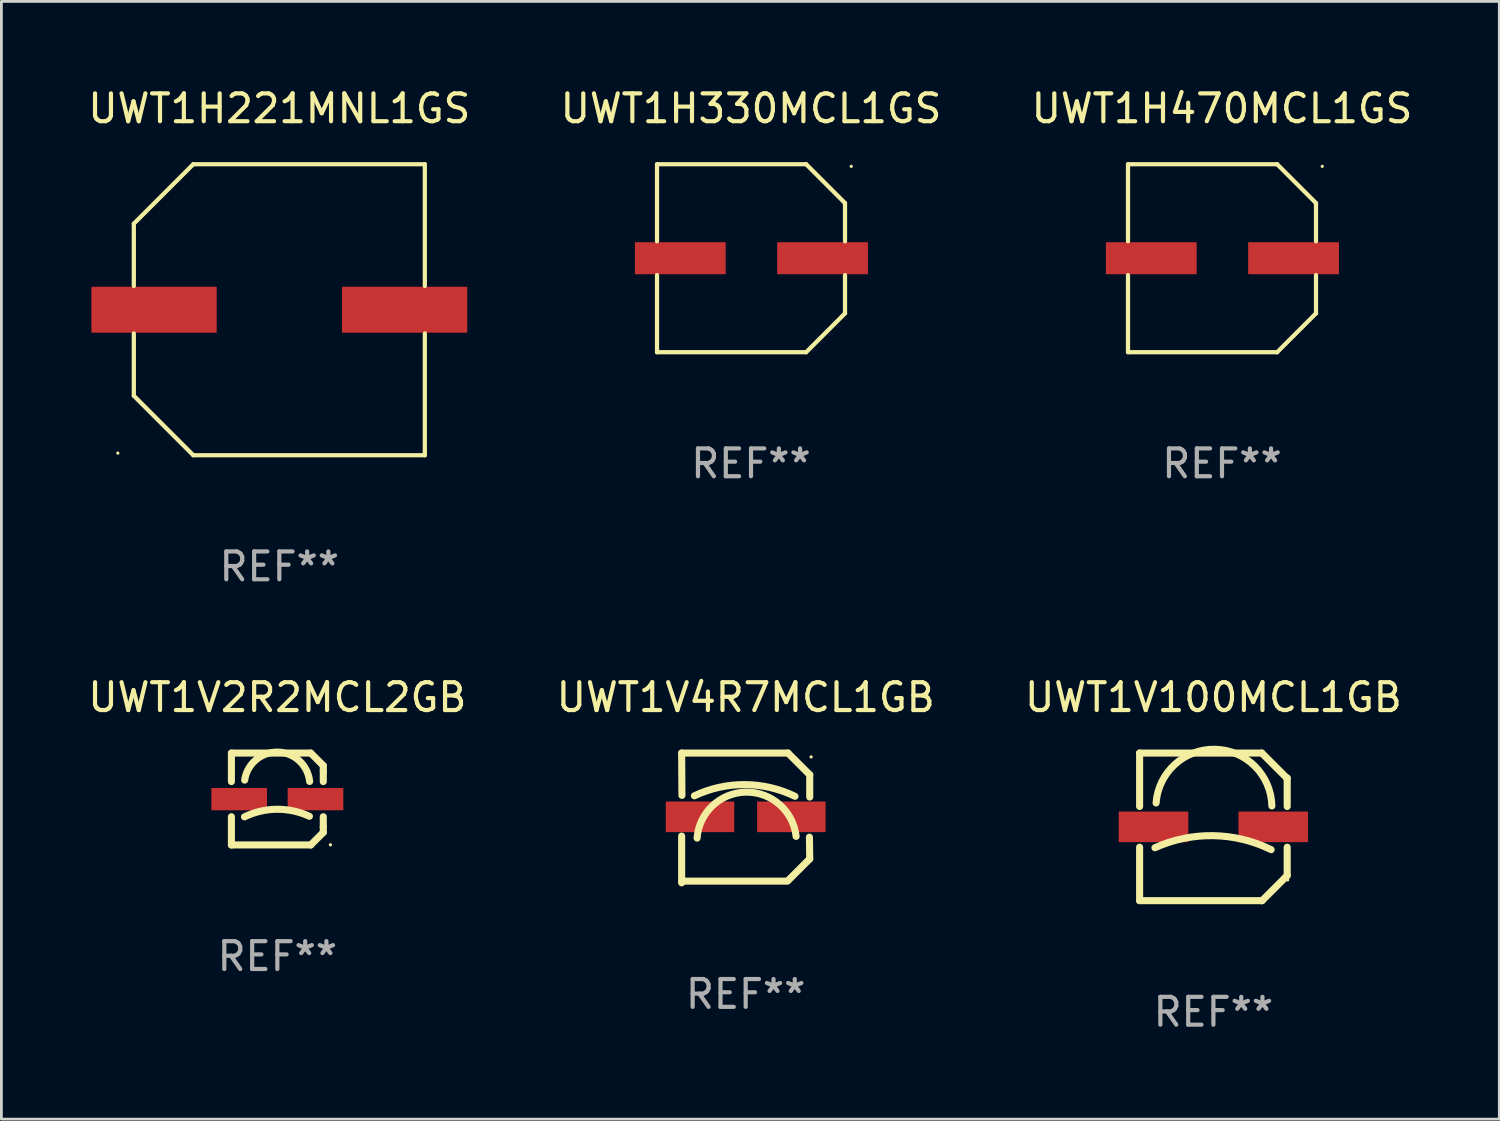
<source format=kicad_pcb>
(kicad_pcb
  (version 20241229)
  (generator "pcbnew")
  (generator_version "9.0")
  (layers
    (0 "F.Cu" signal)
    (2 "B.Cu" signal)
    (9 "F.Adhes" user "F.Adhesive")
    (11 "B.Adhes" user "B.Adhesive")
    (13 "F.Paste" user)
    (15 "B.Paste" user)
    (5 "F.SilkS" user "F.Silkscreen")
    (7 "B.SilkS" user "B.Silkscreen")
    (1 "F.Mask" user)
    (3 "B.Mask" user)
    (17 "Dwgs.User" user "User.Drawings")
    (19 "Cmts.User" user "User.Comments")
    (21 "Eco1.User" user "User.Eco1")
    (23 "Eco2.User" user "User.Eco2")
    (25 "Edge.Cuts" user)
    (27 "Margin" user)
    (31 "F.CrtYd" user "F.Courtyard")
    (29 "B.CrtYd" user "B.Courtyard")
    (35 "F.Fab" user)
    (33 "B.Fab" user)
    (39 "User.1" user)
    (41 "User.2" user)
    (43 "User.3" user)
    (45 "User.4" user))
  (footprint "UWT1V2R2MCL2GB"
    (layer "F.Cu")
    (at 6.911 25.647)
    (property "Reference" "UWT1V2R2MCL2GB" (at 0 -3.65 0) (layer "F.SilkS") (effects (font (size 1 1) (thickness 0.15))))
    (attr through_hole)
    (fp_line (start -1.65 -0.626) (end -1.65 -1.65) (stroke (width 0.254) (type solid)) (layer "F.SilkS"))
    (fp_line (start -1.65 1.65) (end -1.65 0.636) (stroke (width 0.254) (type solid)) (layer "F.SilkS"))
    (fp_line (start 1.2 -1.65) (end -1.65 -1.65) (stroke (width 0.254) (type solid)) (layer "F.SilkS"))
    (fp_line (start 1.2 1.65) (end -1.65 1.65) (stroke (width 0.254) (type solid)) (layer "F.SilkS"))
    (fp_line (start 1.65 -1.2) (end 1.2 -1.65) (stroke (width 0.254) (type solid)) (layer "F.SilkS"))
    (fp_line (start 1.65 -1) (end 1.65 -1.2) (stroke (width 0.254) (type solid)) (layer "F.SilkS"))
    (fp_line (start 1.65 -0.626) (end 1.65 -1) (stroke (width 0.254) (type solid)) (layer "F.SilkS"))
    (fp_line (start 1.65 1) (end 1.65 0.636) (stroke (width 0.254) (type solid)) (layer "F.SilkS"))
    (fp_line (start 1.65 1) (end 1.65 1.2) (stroke (width 0.254) (type solid)) (layer "F.SilkS"))
    (fp_line (start 1.65 1.2) (end 1.2 1.65) (stroke (width 0.254) (type solid)) (layer "F.SilkS"))
    (fp_arc (start -1.18001 0.640005) (mid -0.016813 0.368589) (end 1.150775 0.620447) (stroke (width 0.254001) (type solid)) (layer "F.SilkS"))
    (fp_arc (start -1.173279 -0.678359) (mid 0.014717 -1.684674) (end 1.159995 -0.629997) (stroke (width 0.254001) (type solid)) (layer "F.SilkS"))
    (fp_circle (center 1.906 1.645) (end 1.936 1.645) (stroke (width 0.06) (type solid)) (fill no) (layer "F.SilkS"))
    (fp_text user "REF**" (at 0 5.65 0) (layer "F.Fab") (effects (font (size 1 1) (thickness 0.15))))
    (pad "1" smd rect (at 1.37 0.005) (size 2 0.8) (layers "F.Cu" "F.Mask" "F.Paste"))
    (pad "2" smd rect (at -1.37 0.005) (size 2 0.8) (layers "F.Cu" "F.Mask" "F.Paste")))
  (footprint "UWT1H470MCL1GS"
    (layer "F.Cu")
    (at 40.839 6.224)
    (property "Reference" "UWT1H470MCL1GS" (at 0 -5.376 0) (layer "F.SilkS") (effects (font (size 1 1) (thickness 0.15))))
    (attr through_hole)
    (fp_line (start -3.376 -3.376) (end 1.98 -3.376) (stroke (width 0.152) (type solid)) (layer "F.SilkS"))
    (fp_line (start -3.376 -0.607) (end -3.376 -3.376) (stroke (width 0.152) (type solid)) (layer "F.SilkS"))
    (fp_line (start -3.376 0.607) (end -3.376 3.376) (stroke (width 0.152) (type solid)) (layer "F.SilkS"))
    (fp_line (start -3.376 3.376) (end 1.98 3.376) (stroke (width 0.152) (type solid)) (layer "F.SilkS"))
    (fp_line (start 1.98 -3.376) (end 3.376 -1.98) (stroke (width 0.152) (type solid)) (layer "F.SilkS"))
    (fp_line (start 1.98 3.376) (end 3.376 1.98) (stroke (width 0.152) (type solid)) (layer "F.SilkS"))
    (fp_line (start 3.376 -1.98) (end 3.376 -0.607) (stroke (width 0.152) (type solid)) (layer "F.SilkS"))
    (fp_line (start 3.376 1.98) (end 3.376 0.607) (stroke (width 0.152) (type solid)) (layer "F.SilkS"))
    (fp_circle (center 3.6 -3.3) (end 3.63 -3.3) (stroke (width 0.06) (type solid)) (fill no) (layer "F.SilkS"))
    (fp_text user "REF**" (at 0 7.376 0) (layer "F.Fab") (effects (font (size 1 1) (thickness 0.15))))
    (pad "1" smd rect (at 2.57 0 180) (size 3.26 1.15) (layers "F.Cu" "F.Mask" "F.Paste"))
    (pad "2" smd rect (at -2.54 0 180) (size 3.26 1.15) (layers "F.Cu" "F.Mask" "F.Paste")))
  (footprint "UWT1H330MCL1GS"
    (layer "F.Cu")
    (at 23.923 6.224)
    (property "Reference" "UWT1H330MCL1GS" (at 0 -5.376 0) (layer "F.SilkS") (effects (font (size 1 1) (thickness 0.15))))
    (attr through_hole)
    (fp_line (start -3.376 -3.376) (end 1.98 -3.376) (stroke (width 0.152) (type solid)) (layer "F.SilkS"))
    (fp_line (start -3.376 -0.607) (end -3.376 -3.376) (stroke (width 0.152) (type solid)) (layer "F.SilkS"))
    (fp_line (start -3.376 0.607) (end -3.376 3.376) (stroke (width 0.152) (type solid)) (layer "F.SilkS"))
    (fp_line (start -3.376 3.376) (end 1.98 3.376) (stroke (width 0.152) (type solid)) (layer "F.SilkS"))
    (fp_line (start 1.98 -3.376) (end 3.376 -1.98) (stroke (width 0.152) (type solid)) (layer "F.SilkS"))
    (fp_line (start 1.98 3.376) (end 3.376 1.98) (stroke (width 0.152) (type solid)) (layer "F.SilkS"))
    (fp_line (start 3.376 -1.98) (end 3.376 -0.607) (stroke (width 0.152) (type solid)) (layer "F.SilkS"))
    (fp_line (start 3.376 1.98) (end 3.376 0.607) (stroke (width 0.152) (type solid)) (layer "F.SilkS"))
    (fp_circle (center 3.6 -3.3) (end 3.63 -3.3) (stroke (width 0.06) (type solid)) (fill no) (layer "F.SilkS"))
    (fp_text user "REF**" (at 0 7.376 0) (layer "F.Fab") (effects (font (size 1 1) (thickness 0.15))))
    (pad "1" smd rect (at 2.57 0 180) (size 3.26 1.15) (layers "F.Cu" "F.Mask" "F.Paste"))
    (pad "2" smd rect (at -2.54 0 180) (size 3.26 1.15) (layers "F.Cu" "F.Mask" "F.Paste")))
  (footprint "UWT1V4R7MCL1GB"
    (layer "F.Cu")
    (at 23.732 26.327)
    (property "Reference" "UWT1V4R7MCL1GB" (at 0 -4.33 0) (layer "F.SilkS") (effects (font (size 1 1) (thickness 0.15))))
    (attr through_hole)
    (fp_line (start -2.3 -2.33) (end 1.52 -2.33) (stroke (width 0.254) (type solid)) (layer "F.SilkS"))
    (fp_line (start -2.3 2.27) (end 1.49 2.27) (stroke (width 0.254) (type solid)) (layer "F.SilkS"))
    (fp_line (start -2.3 2.33) (end -2.3 0.651) (stroke (width 0.254) (type solid)) (layer "F.SilkS"))
    (fp_line (start -2.29 -0.81) (end -2.3 -2.33) (stroke (width 0.254) (type solid)) (layer "F.SilkS"))
    (fp_line (start 2.3 -1.55) (end 1.52 -2.33) (stroke (width 0.254) (type solid)) (layer "F.SilkS"))
    (fp_line (start 2.3 1.47) (end 1.52 2.25) (stroke (width 0.254) (type solid)) (layer "F.SilkS"))
    (fp_line (start 2.3 1.47) (end 2.29 0.69) (stroke (width 0.254) (type solid)) (layer "F.SilkS"))
    (fp_line (start 2.3 -0.75) (end 2.3 -1.55) (stroke (width 0.254) (type solid)) (layer "F.SilkS"))
    (fp_arc (start -1.842151 -0.794552) (mid -0.033717 -1.197402) (end 1.770752 -0.777152) (stroke (width 0.254001) (type solid)) (layer "F.SilkS"))
    (fp_arc (start -1.745757 0.723659) (mid 0.004392 -0.926664) (end 1.810884 0.661786) (stroke (width 0.254001) (type solid)) (layer "F.SilkS"))
    (fp_circle (center 2.35 -2.191) (end 2.38 -2.191) (stroke (width 0.06) (type solid)) (fill no) (layer "F.SilkS"))
    (fp_text user "REF**" (at 0 6.33 0) (layer "F.Fab") (effects (font (size 1 1) (thickness 0.15))))
    (pad "1" smd rect (at 1.64 -0.04) (size 2.46 1.1) (layers "F.Cu" "F.Mask" "F.Paste"))
    (pad "2" smd rect (at -1.64 -0.04) (size 2.46 1.1) (layers "F.Cu" "F.Mask" "F.Paste")))
  (footprint "UWT1V100MCL1GB"
    (layer "F.Cu")
    (at 40.53 26.647)
    (property "Reference" "UWT1V100MCL1GB" (at 0 -4.65 0) (layer "F.SilkS") (effects (font (size 1 1) (thickness 0.15))))
    (attr through_hole)
    (fp_line (start -2.65 -2.65) (end 1.74 -2.65) (stroke (width 0.254) (type solid)) (layer "F.SilkS"))
    (fp_line (start -2.65 -0.731) (end -2.65 -2.65) (stroke (width 0.254) (type solid)) (layer "F.SilkS"))
    (fp_line (start -2.65 2.65) (end -2.65 0.731) (stroke (width 0.254) (type solid)) (layer "F.SilkS"))
    (fp_line (start -2.65 2.65) (end 1.73 2.65) (stroke (width 0.254) (type solid)) (layer "F.SilkS"))
    (fp_line (start 1.73 2.65) (end 1.75 2.65) (stroke (width 0.254) (type solid)) (layer "F.SilkS"))
    (fp_line (start 1.75 2.65) (end 2.65 1.75) (stroke (width 0.254) (type solid)) (layer "F.SilkS"))
    (fp_line (start 2.64 -1.75) (end 1.74 -2.65) (stroke (width 0.254) (type solid)) (layer "F.SilkS"))
    (fp_line (start 2.65 -1.75) (end 2.64 -1.75) (stroke (width 0.254) (type solid)) (layer "F.SilkS"))
    (fp_line (start 2.65 -0.731) (end 2.65 -1.75) (stroke (width 0.254) (type solid)) (layer "F.SilkS"))
    (fp_line (start 2.65 1.75) (end 2.65 0.731) (stroke (width 0.254) (type solid)) (layer "F.SilkS"))
    (fp_arc (start -2.1 0.749886) (mid -0.005214 0.316693) (end 2.074168 0.818644) (stroke (width 0.254001) (type solid)) (layer "F.SilkS"))
    (fp_arc (start -2.058369 -0.857759) (mid 0.072137 -2.78601) (end 2.1 -0.750089) (stroke (width 0.254001) (type solid)) (layer "F.SilkS"))
    (fp_circle (center 2.667 1.905) (end 2.697 1.905) (stroke (width 0.06) (type solid)) (fill no) (layer "F.SilkS"))
    (fp_text user "REF**" (at 0 6.65 0) (layer "F.Fab") (effects (font (size 1 1) (thickness 0.15))))
    (pad "1" smd rect (at 2.15 0) (size 2.5 1.1) (layers "F.Cu" "F.Mask" "F.Paste"))
    (pad "2" smd rect (at -2.15 0) (size 2.5 1.1) (layers "F.Cu" "F.Mask" "F.Paste")))
  (footprint "UWT1H221MNL1GS"
    (layer "F.Cu")
    (at 6.982 8.074)
    (property "Reference" "UWT1H221MNL1GS" (at 0 -7.226 0) (layer "F.SilkS") (effects (font (size 1 1) (thickness 0.15))))
    (attr through_hole)
    (fp_line (start -5.226 -3.09) (end -5.226 -0.852) (stroke (width 0.152) (type solid)) (layer "F.SilkS"))
    (fp_line (start -5.226 3.09) (end -5.226 0.852) (stroke (width 0.152) (type solid)) (layer "F.SilkS"))
    (fp_line (start -3.09 -5.226) (end -5.226 -3.09) (stroke (width 0.152) (type solid)) (layer "F.SilkS"))
    (fp_line (start -3.09 5.226) (end -5.226 3.09) (stroke (width 0.152) (type solid)) (layer "F.SilkS"))
    (fp_line (start 5.226 -5.226) (end -3.09 -5.226) (stroke (width 0.152) (type solid)) (layer "F.SilkS"))
    (fp_line (start 5.226 -0.852) (end 5.226 -5.226) (stroke (width 0.152) (type solid)) (layer "F.SilkS"))
    (fp_line (start 5.226 0.852) (end 5.226 5.226) (stroke (width 0.152) (type solid)) (layer "F.SilkS"))
    (fp_line (start 5.226 5.226) (end -3.09 5.226) (stroke (width 0.152) (type solid)) (layer "F.SilkS"))
    (fp_circle (center -5.8 5.15) (end -5.77 5.15) (stroke (width 0.06) (type solid)) (fill no) (layer "F.SilkS"))
    (fp_text user "REF**" (at 0 9.226 0) (layer "F.Fab") (effects (font (size 1 1) (thickness 0.15))))
    (pad "1" smd rect (at -4.5 0) (size 4.5 1.65) (layers "F.Cu" "F.Mask" "F.Paste"))
    (pad "2" smd rect (at 4.5 0) (size 4.5 1.65) (layers "F.Cu" "F.Mask" "F.Paste")))
  (gr_rect
    (start -3 -3)
    (end 50.798 37.145)
    (stroke (width 0.1) (type default))
    (fill no)
    (layer "Edge.Cuts")))
</source>
